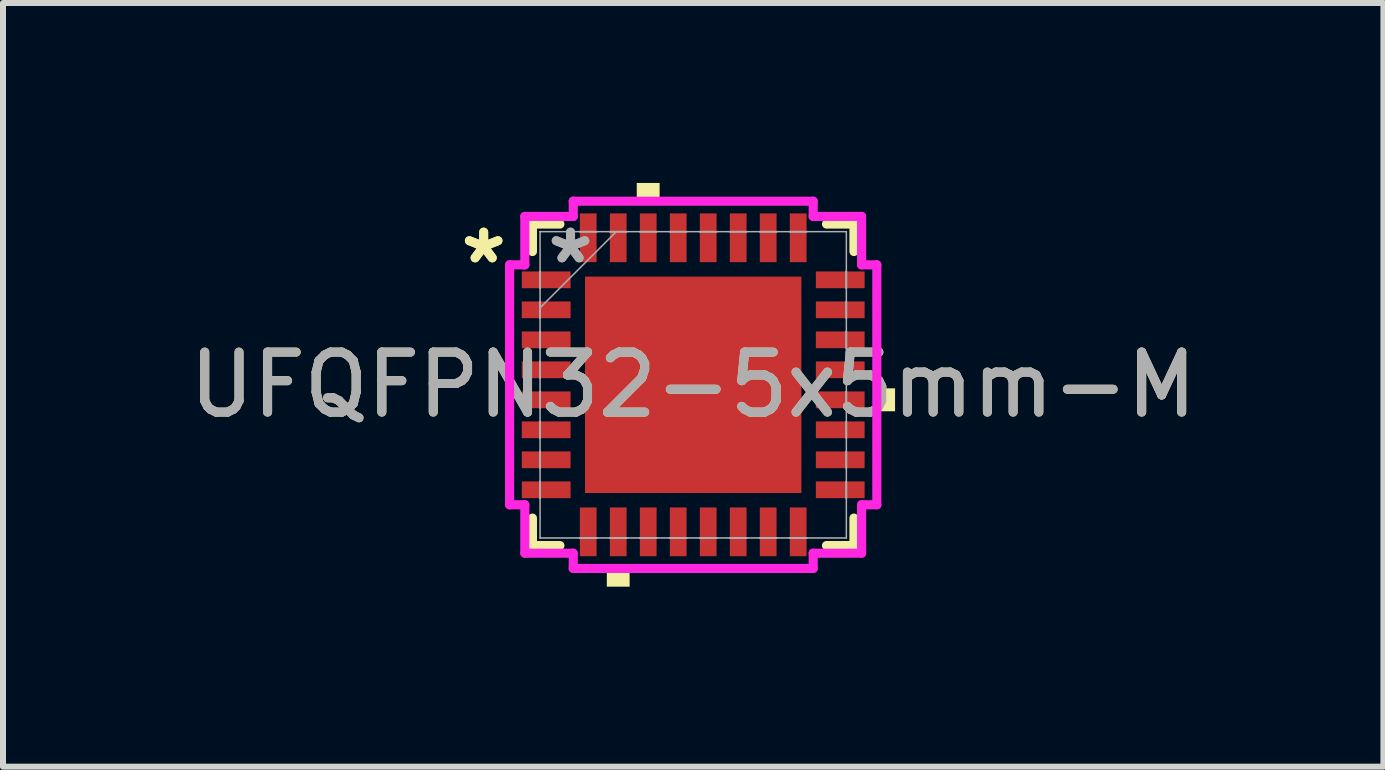
<source format=kicad_pcb>
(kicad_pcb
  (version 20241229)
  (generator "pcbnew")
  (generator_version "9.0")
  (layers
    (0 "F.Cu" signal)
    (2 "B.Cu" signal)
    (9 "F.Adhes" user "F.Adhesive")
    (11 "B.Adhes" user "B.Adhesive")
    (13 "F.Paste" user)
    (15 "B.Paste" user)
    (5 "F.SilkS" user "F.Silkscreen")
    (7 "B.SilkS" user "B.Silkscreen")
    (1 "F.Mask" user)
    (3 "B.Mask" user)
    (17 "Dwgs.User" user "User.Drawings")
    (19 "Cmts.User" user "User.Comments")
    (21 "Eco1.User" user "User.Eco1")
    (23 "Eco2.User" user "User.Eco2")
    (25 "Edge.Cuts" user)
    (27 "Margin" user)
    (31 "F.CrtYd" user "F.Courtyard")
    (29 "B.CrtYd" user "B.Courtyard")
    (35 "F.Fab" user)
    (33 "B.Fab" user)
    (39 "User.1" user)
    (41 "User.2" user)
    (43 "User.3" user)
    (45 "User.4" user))
  (footprint "UFQFPN32-5x5mm-M"
    (layer "F.Cu")
    (at 8.506 3.365)
    (property "Reference" "UFQFPN32-5x5mm-M" (at 0 0 0) (unlocked yes) (layer "F.SilkS") (effects (font (size 1 1) (thickness 0.15))))
    (attr smd)
    (fp_line (start -2.68 -2.68) (end -2.68 -2.222) (stroke (width 0.152) (type solid)) (layer "F.SilkS"))
    (fp_line (start -2.68 2.222) (end -2.68 2.68) (stroke (width 0.152) (type solid)) (layer "F.SilkS"))
    (fp_line (start -2.68 2.68) (end -2.222 2.68) (stroke (width 0.152) (type solid)) (layer "F.SilkS"))
    (fp_line (start -2.222 -2.68) (end -2.68 -2.68) (stroke (width 0.152) (type solid)) (layer "F.SilkS"))
    (fp_line (start 2.222 2.68) (end 2.68 2.68) (stroke (width 0.152) (type solid)) (layer "F.SilkS"))
    (fp_line (start 2.68 -2.68) (end 2.222 -2.68) (stroke (width 0.152) (type solid)) (layer "F.SilkS"))
    (fp_line (start 2.68 -2.222) (end 2.68 -2.68) (stroke (width 0.152) (type solid)) (layer "F.SilkS"))
    (fp_line (start 2.68 2.68) (end 2.68 2.222) (stroke (width 0.152) (type solid)) (layer "F.SilkS"))
    (fp_poly (pts (xy -1.44 3.111) (xy -1.44 3.365) (xy -1.06 3.365) (xy -1.06 3.111)) (stroke (width 0) (type solid)) (fill yes) (layer "F.SilkS"))
    (fp_poly (pts (xy -0.941 -3.111) (xy -0.941 -3.365) (xy -0.56 -3.365) (xy -0.56 -3.111)) (stroke (width 0) (type solid)) (fill yes) (layer "F.SilkS"))
    (fp_poly (pts (xy 3.365 0.059) (xy 3.365 0.441) (xy 3.111 0.441) (xy 3.111 0.059)) (stroke (width 0) (type solid)) (fill yes) (layer "F.SilkS"))
    (fp_poly (pts (xy -1.703 -1.703) (xy -1.703 -0.1) (xy -0.1 -0.1) (xy -0.1 -1.703)) (stroke (width 0) (type solid)) (fill yes) (layer "F.Paste"))
    (fp_poly (pts (xy -1.703 0.1) (xy -1.703 1.703) (xy -0.1 1.703) (xy -0.1 0.1)) (stroke (width 0) (type solid)) (fill yes) (layer "F.Paste"))
    (fp_poly (pts (xy 0.1 -1.703) (xy 0.1 -0.1) (xy 1.703 -0.1) (xy 1.703 -1.703)) (stroke (width 0) (type solid)) (fill yes) (layer "F.Paste"))
    (fp_poly (pts (xy 0.1 0.1) (xy 0.1 1.703) (xy 1.703 1.703) (xy 1.703 0.1)) (stroke (width 0) (type solid)) (fill yes) (layer "F.Paste"))
    (fp_line (start -3.061 -2) (end -2.807 -2) (stroke (width 0.152) (type solid)) (layer "F.CrtYd"))
    (fp_line (start -3.061 2) (end -3.061 -2) (stroke (width 0.152) (type solid)) (layer "F.CrtYd"))
    (fp_line (start -2.807 -2.807) (end -2 -2.807) (stroke (width 0.152) (type solid)) (layer "F.CrtYd"))
    (fp_line (start -2.807 -2) (end -2.807 -2.807) (stroke (width 0.152) (type solid)) (layer "F.CrtYd"))
    (fp_line (start -2.807 2) (end -3.061 2) (stroke (width 0.152) (type solid)) (layer "F.CrtYd"))
    (fp_line (start -2.807 2.807) (end -2.807 2) (stroke (width 0.152) (type solid)) (layer "F.CrtYd"))
    (fp_line (start -2 -3.061) (end 2 -3.061) (stroke (width 0.152) (type solid)) (layer "F.CrtYd"))
    (fp_line (start -2 -2.807) (end -2 -3.061) (stroke (width 0.152) (type solid)) (layer "F.CrtYd"))
    (fp_line (start -2 2.807) (end -2.807 2.807) (stroke (width 0.152) (type solid)) (layer "F.CrtYd"))
    (fp_line (start -2 3.061) (end -2 2.807) (stroke (width 0.152) (type solid)) (layer "F.CrtYd"))
    (fp_line (start 2 -3.061) (end 2 -2.807) (stroke (width 0.152) (type solid)) (layer "F.CrtYd"))
    (fp_line (start 2 -2.807) (end 2.807 -2.807) (stroke (width 0.152) (type solid)) (layer "F.CrtYd"))
    (fp_line (start 2 2.807) (end 2 3.061) (stroke (width 0.152) (type solid)) (layer "F.CrtYd"))
    (fp_line (start 2 3.061) (end -2 3.061) (stroke (width 0.152) (type solid)) (layer "F.CrtYd"))
    (fp_line (start 2.807 -2.807) (end 2.807 -2) (stroke (width 0.152) (type solid)) (layer "F.CrtYd"))
    (fp_line (start 2.807 -2) (end 3.061 -2) (stroke (width 0.152) (type solid)) (layer "F.CrtYd"))
    (fp_line (start 2.807 2) (end 2.807 2.807) (stroke (width 0.152) (type solid)) (layer "F.CrtYd"))
    (fp_line (start 2.807 2.807) (end 2 2.807) (stroke (width 0.152) (type solid)) (layer "F.CrtYd"))
    (fp_line (start 3.061 -2) (end 3.061 2) (stroke (width 0.152) (type solid)) (layer "F.CrtYd"))
    (fp_line (start 3.061 2) (end 2.807 2) (stroke (width 0.152) (type solid)) (layer "F.CrtYd"))
    (fp_line (start -2.553 -2.553) (end -2.553 -2.553) (stroke (width 0.025) (type solid)) (layer "F.Fab"))
    (fp_line (start -2.553 -2.553) (end -2.553 2.553) (stroke (width 0.025) (type solid)) (layer "F.Fab"))
    (fp_line (start -2.553 -1.89) (end -2.553 -1.89) (stroke (width 0.025) (type solid)) (layer "F.Fab"))
    (fp_line (start -2.553 -1.89) (end -2.553 -1.61) (stroke (width 0.025) (type solid)) (layer "F.Fab"))
    (fp_line (start -2.553 -1.61) (end -2.553 -1.89) (stroke (width 0.025) (type solid)) (layer "F.Fab"))
    (fp_line (start -2.553 -1.61) (end -2.553 -1.61) (stroke (width 0.025) (type solid)) (layer "F.Fab"))
    (fp_line (start -2.553 -1.39) (end -2.553 -1.39) (stroke (width 0.025) (type solid)) (layer "F.Fab"))
    (fp_line (start -2.553 -1.39) (end -2.553 -1.11) (stroke (width 0.025) (type solid)) (layer "F.Fab"))
    (fp_line (start -2.553 -1.283) (end -1.283 -2.553) (stroke (width 0.025) (type solid)) (layer "F.Fab"))
    (fp_line (start -2.553 -1.11) (end -2.553 -1.39) (stroke (width 0.025) (type solid)) (layer "F.Fab"))
    (fp_line (start -2.553 -1.11) (end -2.553 -1.11) (stroke (width 0.025) (type solid)) (layer "F.Fab"))
    (fp_line (start -2.553 -0.89) (end -2.553 -0.89) (stroke (width 0.025) (type solid)) (layer "F.Fab"))
    (fp_line (start -2.553 -0.89) (end -2.553 -0.61) (stroke (width 0.025) (type solid)) (layer "F.Fab"))
    (fp_line (start -2.553 -0.61) (end -2.553 -0.89) (stroke (width 0.025) (type solid)) (layer "F.Fab"))
    (fp_line (start -2.553 -0.61) (end -2.553 -0.61) (stroke (width 0.025) (type solid)) (layer "F.Fab"))
    (fp_line (start -2.553 -0.39) (end -2.553 -0.39) (stroke (width 0.025) (type solid)) (layer "F.Fab"))
    (fp_line (start -2.553 -0.39) (end -2.553 -0.11) (stroke (width 0.025) (type solid)) (layer "F.Fab"))
    (fp_line (start -2.553 -0.11) (end -2.553 -0.39) (stroke (width 0.025) (type solid)) (layer "F.Fab"))
    (fp_line (start -2.553 -0.11) (end -2.553 -0.11) (stroke (width 0.025) (type solid)) (layer "F.Fab"))
    (fp_line (start -2.553 0.11) (end -2.553 0.11) (stroke (width 0.025) (type solid)) (layer "F.Fab"))
    (fp_line (start -2.553 0.11) (end -2.553 0.39) (stroke (width 0.025) (type solid)) (layer "F.Fab"))
    (fp_line (start -2.553 0.39) (end -2.553 0.11) (stroke (width 0.025) (type solid)) (layer "F.Fab"))
    (fp_line (start -2.553 0.39) (end -2.553 0.39) (stroke (width 0.025) (type solid)) (layer "F.Fab"))
    (fp_line (start -2.553 0.61) (end -2.553 0.61) (stroke (width 0.025) (type solid)) (layer "F.Fab"))
    (fp_line (start -2.553 0.61) (end -2.553 0.89) (stroke (width 0.025) (type solid)) (layer "F.Fab"))
    (fp_line (start -2.553 0.89) (end -2.553 0.61) (stroke (width 0.025) (type solid)) (layer "F.Fab"))
    (fp_line (start -2.553 0.89) (end -2.553 0.89) (stroke (width 0.025) (type solid)) (layer "F.Fab"))
    (fp_line (start -2.553 1.11) (end -2.553 1.11) (stroke (width 0.025) (type solid)) (layer "F.Fab"))
    (fp_line (start -2.553 1.11) (end -2.553 1.39) (stroke (width 0.025) (type solid)) (layer "F.Fab"))
    (fp_line (start -2.553 1.39) (end -2.553 1.11) (stroke (width 0.025) (type solid)) (layer "F.Fab"))
    (fp_line (start -2.553 1.39) (end -2.553 1.39) (stroke (width 0.025) (type solid)) (layer "F.Fab"))
    (fp_line (start -2.553 1.61) (end -2.553 1.61) (stroke (width 0.025) (type solid)) (layer "F.Fab"))
    (fp_line (start -2.553 1.61) (end -2.553 1.89) (stroke (width 0.025) (type solid)) (layer "F.Fab"))
    (fp_line (start -2.553 1.89) (end -2.553 1.61) (stroke (width 0.025) (type solid)) (layer "F.Fab"))
    (fp_line (start -2.553 1.89) (end -2.553 1.89) (stroke (width 0.025) (type solid)) (layer "F.Fab"))
    (fp_line (start -2.553 2.553) (end -2.553 2.553) (stroke (width 0.025) (type solid)) (layer "F.Fab"))
    (fp_line (start -2.553 2.553) (end 2.553 2.553) (stroke (width 0.025) (type solid)) (layer "F.Fab"))
    (fp_line (start -1.89 -2.553) (end -1.89 -2.553) (stroke (width 0.025) (type solid)) (layer "F.Fab"))
    (fp_line (start -1.89 -2.553) (end -1.61 -2.553) (stroke (width 0.025) (type solid)) (layer "F.Fab"))
    (fp_line (start -1.89 2.553) (end -1.89 2.553) (stroke (width 0.025) (type solid)) (layer "F.Fab"))
    (fp_line (start -1.89 2.553) (end -1.61 2.553) (stroke (width 0.025) (type solid)) (layer "F.Fab"))
    (fp_line (start -1.61 -2.553) (end -1.89 -2.553) (stroke (width 0.025) (type solid)) (layer "F.Fab"))
    (fp_line (start -1.61 -2.553) (end -1.61 -2.553) (stroke (width 0.025) (type solid)) (layer "F.Fab"))
    (fp_line (start -1.61 2.553) (end -1.89 2.553) (stroke (width 0.025) (type solid)) (layer "F.Fab"))
    (fp_line (start -1.61 2.553) (end -1.61 2.553) (stroke (width 0.025) (type solid)) (layer "F.Fab"))
    (fp_line (start -1.39 -2.553) (end -1.39 -2.553) (stroke (width 0.025) (type solid)) (layer "F.Fab"))
    (fp_line (start -1.39 -2.553) (end -1.11 -2.553) (stroke (width 0.025) (type solid)) (layer "F.Fab"))
    (fp_line (start -1.39 2.553) (end -1.39 2.553) (stroke (width 0.025) (type solid)) (layer "F.Fab"))
    (fp_line (start -1.39 2.553) (end -1.11 2.553) (stroke (width 0.025) (type solid)) (layer "F.Fab"))
    (fp_line (start -1.11 -2.553) (end -1.39 -2.553) (stroke (width 0.025) (type solid)) (layer "F.Fab"))
    (fp_line (start -1.11 -2.553) (end -1.11 -2.553) (stroke (width 0.025) (type solid)) (layer "F.Fab"))
    (fp_line (start -1.11 2.553) (end -1.39 2.553) (stroke (width 0.025) (type solid)) (layer "F.Fab"))
    (fp_line (start -1.11 2.553) (end -1.11 2.553) (stroke (width 0.025) (type solid)) (layer "F.Fab"))
    (fp_line (start -0.89 -2.553) (end -0.89 -2.553) (stroke (width 0.025) (type solid)) (layer "F.Fab"))
    (fp_line (start -0.89 -2.553) (end -0.61 -2.553) (stroke (width 0.025) (type solid)) (layer "F.Fab"))
    (fp_line (start -0.89 2.553) (end -0.89 2.553) (stroke (width 0.025) (type solid)) (layer "F.Fab"))
    (fp_line (start -0.89 2.553) (end -0.61 2.553) (stroke (width 0.025) (type solid)) (layer "F.Fab"))
    (fp_line (start -0.61 -2.553) (end -0.89 -2.553) (stroke (width 0.025) (type solid)) (layer "F.Fab"))
    (fp_line (start -0.61 -2.553) (end -0.61 -2.553) (stroke (width 0.025) (type solid)) (layer "F.Fab"))
    (fp_line (start -0.61 2.553) (end -0.89 2.553) (stroke (width 0.025) (type solid)) (layer "F.Fab"))
    (fp_line (start -0.61 2.553) (end -0.61 2.553) (stroke (width 0.025) (type solid)) (layer "F.Fab"))
    (fp_line (start -0.39 -2.553) (end -0.39 -2.553) (stroke (width 0.025) (type solid)) (layer "F.Fab"))
    (fp_line (start -0.39 -2.553) (end -0.11 -2.553) (stroke (width 0.025) (type solid)) (layer "F.Fab"))
    (fp_line (start -0.39 2.553) (end -0.39 2.553) (stroke (width 0.025) (type solid)) (layer "F.Fab"))
    (fp_line (start -0.39 2.553) (end -0.11 2.553) (stroke (width 0.025) (type solid)) (layer "F.Fab"))
    (fp_line (start -0.11 -2.553) (end -0.39 -2.553) (stroke (width 0.025) (type solid)) (layer "F.Fab"))
    (fp_line (start -0.11 -2.553) (end -0.11 -2.553) (stroke (width 0.025) (type solid)) (layer "F.Fab"))
    (fp_line (start -0.11 2.553) (end -0.39 2.553) (stroke (width 0.025) (type solid)) (layer "F.Fab"))
    (fp_line (start -0.11 2.553) (end -0.11 2.553) (stroke (width 0.025) (type solid)) (layer "F.Fab"))
    (fp_line (start 0.11 -2.553) (end 0.11 -2.553) (stroke (width 0.025) (type solid)) (layer "F.Fab"))
    (fp_line (start 0.11 -2.553) (end 0.39 -2.553) (stroke (width 0.025) (type solid)) (layer "F.Fab"))
    (fp_line (start 0.11 2.553) (end 0.11 2.553) (stroke (width 0.025) (type solid)) (layer "F.Fab"))
    (fp_line (start 0.11 2.553) (end 0.39 2.553) (stroke (width 0.025) (type solid)) (layer "F.Fab"))
    (fp_line (start 0.39 -2.553) (end 0.11 -2.553) (stroke (width 0.025) (type solid)) (layer "F.Fab"))
    (fp_line (start 0.39 -2.553) (end 0.39 -2.553) (stroke (width 0.025) (type solid)) (layer "F.Fab"))
    (fp_line (start 0.39 2.553) (end 0.11 2.553) (stroke (width 0.025) (type solid)) (layer "F.Fab"))
    (fp_line (start 0.39 2.553) (end 0.39 2.553) (stroke (width 0.025) (type solid)) (layer "F.Fab"))
    (fp_line (start 0.61 -2.553) (end 0.61 -2.553) (stroke (width 0.025) (type solid)) (layer "F.Fab"))
    (fp_line (start 0.61 -2.553) (end 0.89 -2.553) (stroke (width 0.025) (type solid)) (layer "F.Fab"))
    (fp_line (start 0.61 2.553) (end 0.61 2.553) (stroke (width 0.025) (type solid)) (layer "F.Fab"))
    (fp_line (start 0.61 2.553) (end 0.89 2.553) (stroke (width 0.025) (type solid)) (layer "F.Fab"))
    (fp_line (start 0.89 -2.553) (end 0.61 -2.553) (stroke (width 0.025) (type solid)) (layer "F.Fab"))
    (fp_line (start 0.89 -2.553) (end 0.89 -2.553) (stroke (width 0.025) (type solid)) (layer "F.Fab"))
    (fp_line (start 0.89 2.553) (end 0.61 2.553) (stroke (width 0.025) (type solid)) (layer "F.Fab"))
    (fp_line (start 0.89 2.553) (end 0.89 2.553) (stroke (width 0.025) (type solid)) (layer "F.Fab"))
    (fp_line (start 1.11 -2.553) (end 1.11 -2.553) (stroke (width 0.025) (type solid)) (layer "F.Fab"))
    (fp_line (start 1.11 -2.553) (end 1.39 -2.553) (stroke (width 0.025) (type solid)) (layer "F.Fab"))
    (fp_line (start 1.11 2.553) (end 1.11 2.553) (stroke (width 0.025) (type solid)) (layer "F.Fab"))
    (fp_line (start 1.11 2.553) (end 1.39 2.553) (stroke (width 0.025) (type solid)) (layer "F.Fab"))
    (fp_line (start 1.39 -2.553) (end 1.11 -2.553) (stroke (width 0.025) (type solid)) (layer "F.Fab"))
    (fp_line (start 1.39 -2.553) (end 1.39 -2.553) (stroke (width 0.025) (type solid)) (layer "F.Fab"))
    (fp_line (start 1.39 2.553) (end 1.11 2.553) (stroke (width 0.025) (type solid)) (layer "F.Fab"))
    (fp_line (start 1.39 2.553) (end 1.39 2.553) (stroke (width 0.025) (type solid)) (layer "F.Fab"))
    (fp_line (start 1.61 -2.553) (end 1.61 -2.553) (stroke (width 0.025) (type solid)) (layer "F.Fab"))
    (fp_line (start 1.61 -2.553) (end 1.89 -2.553) (stroke (width 0.025) (type solid)) (layer "F.Fab"))
    (fp_line (start 1.61 2.553) (end 1.61 2.553) (stroke (width 0.025) (type solid)) (layer "F.Fab"))
    (fp_line (start 1.61 2.553) (end 1.89 2.553) (stroke (width 0.025) (type solid)) (layer "F.Fab"))
    (fp_line (start 1.89 -2.553) (end 1.61 -2.553) (stroke (width 0.025) (type solid)) (layer "F.Fab"))
    (fp_line (start 1.89 -2.553) (end 1.89 -2.553) (stroke (width 0.025) (type solid)) (layer "F.Fab"))
    (fp_line (start 1.89 2.553) (end 1.61 2.553) (stroke (width 0.025) (type solid)) (layer "F.Fab"))
    (fp_line (start 1.89 2.553) (end 1.89 2.553) (stroke (width 0.025) (type solid)) (layer "F.Fab"))
    (fp_line (start 2.553 -2.553) (end -2.553 -2.553) (stroke (width 0.025) (type solid)) (layer "F.Fab"))
    (fp_line (start 2.553 -2.553) (end 2.553 -2.553) (stroke (width 0.025) (type solid)) (layer "F.Fab"))
    (fp_line (start 2.553 -1.89) (end 2.553 -1.89) (stroke (width 0.025) (type solid)) (layer "F.Fab"))
    (fp_line (start 2.553 -1.89) (end 2.553 -1.61) (stroke (width 0.025) (type solid)) (layer "F.Fab"))
    (fp_line (start 2.553 -1.61) (end 2.553 -1.89) (stroke (width 0.025) (type solid)) (layer "F.Fab"))
    (fp_line (start 2.553 -1.61) (end 2.553 -1.61) (stroke (width 0.025) (type solid)) (layer "F.Fab"))
    (fp_line (start 2.553 -1.39) (end 2.553 -1.39) (stroke (width 0.025) (type solid)) (layer "F.Fab"))
    (fp_line (start 2.553 -1.39) (end 2.553 -1.11) (stroke (width 0.025) (type solid)) (layer "F.Fab"))
    (fp_line (start 2.553 -1.11) (end 2.553 -1.39) (stroke (width 0.025) (type solid)) (layer "F.Fab"))
    (fp_line (start 2.553 -1.11) (end 2.553 -1.11) (stroke (width 0.025) (type solid)) (layer "F.Fab"))
    (fp_line (start 2.553 -0.89) (end 2.553 -0.89) (stroke (width 0.025) (type solid)) (layer "F.Fab"))
    (fp_line (start 2.553 -0.89) (end 2.553 -0.61) (stroke (width 0.025) (type solid)) (layer "F.Fab"))
    (fp_line (start 2.553 -0.61) (end 2.553 -0.89) (stroke (width 0.025) (type solid)) (layer "F.Fab"))
    (fp_line (start 2.553 -0.61) (end 2.553 -0.61) (stroke (width 0.025) (type solid)) (layer "F.Fab"))
    (fp_line (start 2.553 -0.39) (end 2.553 -0.39) (stroke (width 0.025) (type solid)) (layer "F.Fab"))
    (fp_line (start 2.553 -0.39) (end 2.553 -0.11) (stroke (width 0.025) (type solid)) (layer "F.Fab"))
    (fp_line (start 2.553 -0.11) (end 2.553 -0.39) (stroke (width 0.025) (type solid)) (layer "F.Fab"))
    (fp_line (start 2.553 -0.11) (end 2.553 -0.11) (stroke (width 0.025) (type solid)) (layer "F.Fab"))
    (fp_line (start 2.553 0.11) (end 2.553 0.11) (stroke (width 0.025) (type solid)) (layer "F.Fab"))
    (fp_line (start 2.553 0.11) (end 2.553 0.39) (stroke (width 0.025) (type solid)) (layer "F.Fab"))
    (fp_line (start 2.553 0.39) (end 2.553 0.11) (stroke (width 0.025) (type solid)) (layer "F.Fab"))
    (fp_line (start 2.553 0.39) (end 2.553 0.39) (stroke (width 0.025) (type solid)) (layer "F.Fab"))
    (fp_line (start 2.553 0.61) (end 2.553 0.61) (stroke (width 0.025) (type solid)) (layer "F.Fab"))
    (fp_line (start 2.553 0.61) (end 2.553 0.89) (stroke (width 0.025) (type solid)) (layer "F.Fab"))
    (fp_line (start 2.553 0.89) (end 2.553 0.61) (stroke (width 0.025) (type solid)) (layer "F.Fab"))
    (fp_line (start 2.553 0.89) (end 2.553 0.89) (stroke (width 0.025) (type solid)) (layer "F.Fab"))
    (fp_line (start 2.553 1.11) (end 2.553 1.11) (stroke (width 0.025) (type solid)) (layer "F.Fab"))
    (fp_line (start 2.553 1.11) (end 2.553 1.39) (stroke (width 0.025) (type solid)) (layer "F.Fab"))
    (fp_line (start 2.553 1.39) (end 2.553 1.11) (stroke (width 0.025) (type solid)) (layer "F.Fab"))
    (fp_line (start 2.553 1.39) (end 2.553 1.39) (stroke (width 0.025) (type solid)) (layer "F.Fab"))
    (fp_line (start 2.553 1.61) (end 2.553 1.61) (stroke (width 0.025) (type solid)) (layer "F.Fab"))
    (fp_line (start 2.553 1.61) (end 2.553 1.89) (stroke (width 0.025) (type solid)) (layer "F.Fab"))
    (fp_line (start 2.553 1.89) (end 2.553 1.61) (stroke (width 0.025) (type solid)) (layer "F.Fab"))
    (fp_line (start 2.553 1.89) (end 2.553 1.89) (stroke (width 0.025) (type solid)) (layer "F.Fab"))
    (fp_line (start 2.553 2.553) (end 2.553 -2.553) (stroke (width 0.025) (type solid)) (layer "F.Fab"))
    (fp_line (start 2.553 2.553) (end 2.553 2.553) (stroke (width 0.025) (type solid)) (layer "F.Fab"))
    (fp_text user "*" (at -3.493 -2 0) (unlocked yes) (layer "F.SilkS") (effects (font (size 1 1) (thickness 0.15))))
    (fp_text user "*" (at -3.493 -2 0) (layer "F.SilkS") (effects (font (size 1 1) (thickness 0.15))))
    (fp_text user "*" (at -2.045 -2 0) (unlocked yes) (layer "F.Fab") (effects (font (size 1 1) (thickness 0.15))))
    (fp_text user "*" (at -2.045 -2 0) (layer "F.Fab") (effects (font (size 1 1) (thickness 0.15))))
    (fp_text user "${REFERENCE}" (at 0 0 0) (unlocked yes) (layer "F.Fab") (effects (font (size 1 1) (thickness 0.15))))
    (pad "1" smd rect (at -2.451 -1.75 90) (size 0.279 0.813) (layers "F.Cu" "F.Mask" "F.Paste"))
    (pad "2" smd rect (at -2.451 -1.25 90) (size 0.279 0.813) (layers "F.Cu" "F.Mask" "F.Paste"))
    (pad "3" smd rect (at -2.451 -0.75 90) (size 0.279 0.813) (layers "F.Cu" "F.Mask" "F.Paste"))
    (pad "4" smd rect (at -2.451 -0.25 90) (size 0.279 0.813) (layers "F.Cu" "F.Mask" "F.Paste"))
    (pad "5" smd rect (at -2.451 0.25 90) (size 0.279 0.813) (layers "F.Cu" "F.Mask" "F.Paste"))
    (pad "6" smd rect (at -2.451 0.75 90) (size 0.279 0.813) (layers "F.Cu" "F.Mask" "F.Paste"))
    (pad "7" smd rect (at -2.451 1.25 90) (size 0.279 0.813) (layers "F.Cu" "F.Mask" "F.Paste"))
    (pad "8" smd rect (at -2.451 1.75 90) (size 0.279 0.813) (layers "F.Cu" "F.Mask" "F.Paste"))
    (pad "9" smd rect (at -1.75 2.451) (size 0.279 0.813) (layers "F.Cu" "F.Mask" "F.Paste"))
    (pad "10" smd rect (at -1.25 2.451) (size 0.279 0.813) (layers "F.Cu" "F.Mask" "F.Paste"))
    (pad "11" smd rect (at -0.75 2.451) (size 0.279 0.813) (layers "F.Cu" "F.Mask" "F.Paste"))
    (pad "12" smd rect (at -0.25 2.451) (size 0.279 0.813) (layers "F.Cu" "F.Mask" "F.Paste"))
    (pad "13" smd rect (at 0.25 2.451) (size 0.279 0.813) (layers "F.Cu" "F.Mask" "F.Paste"))
    (pad "14" smd rect (at 0.75 2.451) (size 0.279 0.813) (layers "F.Cu" "F.Mask" "F.Paste"))
    (pad "15" smd rect (at 1.25 2.451) (size 0.279 0.813) (layers "F.Cu" "F.Mask" "F.Paste"))
    (pad "16" smd rect (at 1.75 2.451) (size 0.279 0.813) (layers "F.Cu" "F.Mask" "F.Paste"))
    (pad "17" smd rect (at 2.451 1.75 90) (size 0.279 0.813) (layers "F.Cu" "F.Mask" "F.Paste"))
    (pad "18" smd rect (at 2.451 1.25 90) (size 0.279 0.813) (layers "F.Cu" "F.Mask" "F.Paste"))
    (pad "19" smd rect (at 2.451 0.75 90) (size 0.279 0.813) (layers "F.Cu" "F.Mask" "F.Paste"))
    (pad "20" smd rect (at 2.451 0.25 90) (size 0.279 0.813) (layers "F.Cu" "F.Mask" "F.Paste"))
    (pad "21" smd rect (at 2.451 -0.25 90) (size 0.279 0.813) (layers "F.Cu" "F.Mask" "F.Paste"))
    (pad "22" smd rect (at 2.451 -0.75 90) (size 0.279 0.813) (layers "F.Cu" "F.Mask" "F.Paste"))
    (pad "23" smd rect (at 2.451 -1.25 90) (size 0.279 0.813) (layers "F.Cu" "F.Mask" "F.Paste"))
    (pad "24" smd rect (at 2.451 -1.75 90) (size 0.279 0.813) (layers "F.Cu" "F.Mask" "F.Paste"))
    (pad "25" smd rect (at 1.75 -2.451) (size 0.279 0.813) (layers "F.Cu" "F.Mask" "F.Paste"))
    (pad "26" smd rect (at 1.25 -2.451) (size 0.279 0.813) (layers "F.Cu" "F.Mask" "F.Paste"))
    (pad "27" smd rect (at 0.75 -2.451) (size 0.279 0.813) (layers "F.Cu" "F.Mask" "F.Paste"))
    (pad "28" smd rect (at 0.25 -2.451) (size 0.279 0.813) (layers "F.Cu" "F.Mask" "F.Paste"))
    (pad "29" smd rect (at -0.25 -2.451) (size 0.279 0.813) (layers "F.Cu" "F.Mask" "F.Paste"))
    (pad "30" smd rect (at -0.75 -2.451) (size 0.279 0.813) (layers "F.Cu" "F.Mask" "F.Paste"))
    (pad "31" smd rect (at -1.25 -2.451) (size 0.279 0.813) (layers "F.Cu" "F.Mask" "F.Paste"))
    (pad "32" smd rect (at -1.75 -2.451) (size 0.279 0.813) (layers "F.Cu" "F.Mask" "F.Paste"))
    (pad "33" smd rect (at 0 0) (size 3.607 3.607) (layers "F.Cu" "F.Mask")))
  (gr_rect
    (start -3 -3)
    (end 20.012 9.731)
    (stroke (width 0.1) (type default))
    (fill no)
    (layer "Edge.Cuts")))
</source>
